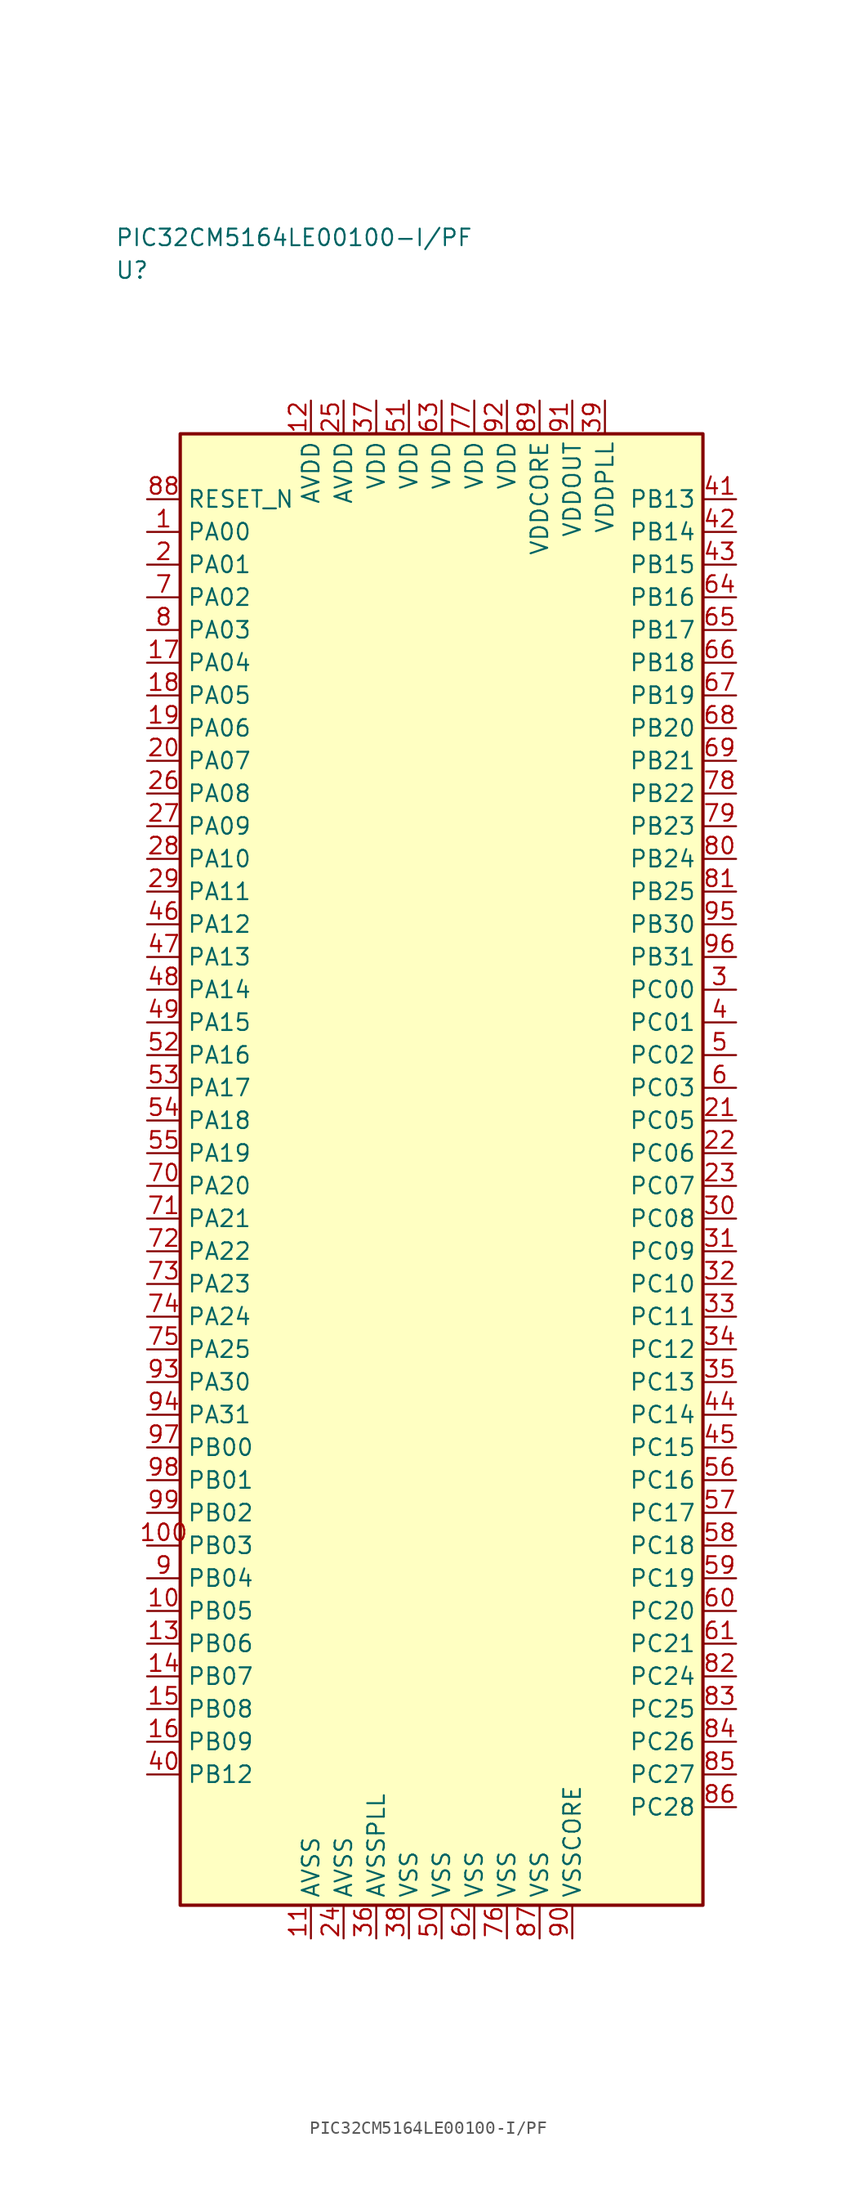
<source format=kicad_sym>
(kicad_symbol_lib
  (version 20241025)
  (generator "kicad_symbol_editor")
  (generator_version "8.0")
  (symbol "PIC32CM5164LE00100-I/PF"
    (property "Reference" "U"
      (at -25.0 68.75 0)
      (effects (font (size 1.27 1.27)) (justify left)))
    (property "Value" "PIC32CM5164LE00100-I/PF"
      (at -25.0 71.25 0)
      (effects (font (size 1.27 1.27)) (justify left)))
    (symbol "PIC32CM5164LE00100-I/PF_0_1"
      (rectangle (start -20.0 56.25) (end 20.0 -56.25) (stroke (width 0.254) (type default)) (fill (type background))))
    (symbol "PIC32CM5164LE00100-I/PF_1_1"
      (pin bidirectional line (at -22.54 48.75 0.0) (length 2.54) (name "PA00" (effects (font (size 1.27 1.27)))) (number "1" (effects (font (size 1.27 1.27)))))
      (pin bidirectional line (at -22.54 46.25 0.0) (length 2.54) (name "PA01" (effects (font (size 1.27 1.27)))) (number "2" (effects (font (size 1.27 1.27)))))
      (pin bidirectional line (at 22.54 13.75 180.0) (length 2.54) (name "PC00" (effects (font (size 1.27 1.27)))) (number "3" (effects (font (size 1.27 1.27)))))
      (pin bidirectional line (at 22.54 11.25 180.0) (length 2.54) (name "PC01" (effects (font (size 1.27 1.27)))) (number "4" (effects (font (size 1.27 1.27)))))
      (pin bidirectional line (at 22.54 8.75 180.0) (length 2.54) (name "PC02" (effects (font (size 1.27 1.27)))) (number "5" (effects (font (size 1.27 1.27)))))
      (pin bidirectional line (at 22.54 6.25 180.0) (length 2.54) (name "PC03" (effects (font (size 1.27 1.27)))) (number "6" (effects (font (size 1.27 1.27)))))
      (pin bidirectional line (at -22.54 43.75 0.0) (length 2.54) (name "PA02" (effects (font (size 1.27 1.27)))) (number "7" (effects (font (size 1.27 1.27)))))
      (pin bidirectional line (at -22.54 41.25 0.0) (length 2.54) (name "PA03" (effects (font (size 1.27 1.27)))) (number "8" (effects (font (size 1.27 1.27)))))
      (pin bidirectional line (at -22.54 -31.25 0.0) (length 2.54) (name "PB04" (effects (font (size 1.27 1.27)))) (number "9" (effects (font (size 1.27 1.27)))))
      (pin bidirectional line (at -22.54 -33.75 0.0) (length 2.54) (name "PB05" (effects (font (size 1.27 1.27)))) (number "10" (effects (font (size 1.27 1.27)))))
      (pin passive line (at -10.0 -58.79 90.0) (length 2.54) (name "AVSS" (effects (font (size 1.27 1.27)))) (number "11" (effects (font (size 1.27 1.27)))))
      (pin power_in line (at -10.0 58.79 270.0) (length 2.54) (name "AVDD" (effects (font (size 1.27 1.27)))) (number "12" (effects (font (size 1.27 1.27)))))
      (pin bidirectional line (at -22.54 -36.25 0.0) (length 2.54) (name "PB06" (effects (font (size 1.27 1.27)))) (number "13" (effects (font (size 1.27 1.27)))))
      (pin bidirectional line (at -22.54 -38.75 0.0) (length 2.54) (name "PB07" (effects (font (size 1.27 1.27)))) (number "14" (effects (font (size 1.27 1.27)))))
      (pin bidirectional line (at -22.54 -41.25 0.0) (length 2.54) (name "PB08" (effects (font (size 1.27 1.27)))) (number "15" (effects (font (size 1.27 1.27)))))
      (pin bidirectional line (at -22.54 -43.75 0.0) (length 2.54) (name "PB09" (effects (font (size 1.27 1.27)))) (number "16" (effects (font (size 1.27 1.27)))))
      (pin bidirectional line (at -22.54 38.75 0.0) (length 2.54) (name "PA04" (effects (font (size 1.27 1.27)))) (number "17" (effects (font (size 1.27 1.27)))))
      (pin bidirectional line (at -22.54 36.25 0.0) (length 2.54) (name "PA05" (effects (font (size 1.27 1.27)))) (number "18" (effects (font (size 1.27 1.27)))))
      (pin bidirectional line (at -22.54 33.75 0.0) (length 2.54) (name "PA06" (effects (font (size 1.27 1.27)))) (number "19" (effects (font (size 1.27 1.27)))))
      (pin bidirectional line (at -22.54 31.25 0.0) (length 2.54) (name "PA07" (effects (font (size 1.27 1.27)))) (number "20" (effects (font (size 1.27 1.27)))))
      (pin bidirectional line (at 22.54 3.75 180.0) (length 2.54) (name "PC05" (effects (font (size 1.27 1.27)))) (number "21" (effects (font (size 1.27 1.27)))))
      (pin bidirectional line (at 22.54 1.25 180.0) (length 2.54) (name "PC06" (effects (font (size 1.27 1.27)))) (number "22" (effects (font (size 1.27 1.27)))))
      (pin bidirectional line (at 22.54 -1.25 180.0) (length 2.54) (name "PC07" (effects (font (size 1.27 1.27)))) (number "23" (effects (font (size 1.27 1.27)))))
      (pin passive line (at -7.5 -58.79 90.0) (length 2.54) (name "AVSS" (effects (font (size 1.27 1.27)))) (number "24" (effects (font (size 1.27 1.27)))))
      (pin power_in line (at -7.5 58.79 270.0) (length 2.54) (name "AVDD" (effects (font (size 1.27 1.27)))) (number "25" (effects (font (size 1.27 1.27)))))
      (pin bidirectional line (at -22.54 28.75 0.0) (length 2.54) (name "PA08" (effects (font (size 1.27 1.27)))) (number "26" (effects (font (size 1.27 1.27)))))
      (pin bidirectional line (at -22.54 26.25 0.0) (length 2.54) (name "PA09" (effects (font (size 1.27 1.27)))) (number "27" (effects (font (size 1.27 1.27)))))
      (pin bidirectional line (at -22.54 23.75 0.0) (length 2.54) (name "PA10" (effects (font (size 1.27 1.27)))) (number "28" (effects (font (size 1.27 1.27)))))
      (pin bidirectional line (at -22.54 21.25 0.0) (length 2.54) (name "PA11" (effects (font (size 1.27 1.27)))) (number "29" (effects (font (size 1.27 1.27)))))
      (pin bidirectional line (at 22.54 -3.75 180.0) (length 2.54) (name "PC08" (effects (font (size 1.27 1.27)))) (number "30" (effects (font (size 1.27 1.27)))))
      (pin bidirectional line (at 22.54 -6.25 180.0) (length 2.54) (name "PC09" (effects (font (size 1.27 1.27)))) (number "31" (effects (font (size 1.27 1.27)))))
      (pin bidirectional line (at 22.54 -8.75 180.0) (length 2.54) (name "PC10" (effects (font (size 1.27 1.27)))) (number "32" (effects (font (size 1.27 1.27)))))
      (pin bidirectional line (at 22.54 -11.25 180.0) (length 2.54) (name "PC11" (effects (font (size 1.27 1.27)))) (number "33" (effects (font (size 1.27 1.27)))))
      (pin bidirectional line (at 22.54 -13.75 180.0) (length 2.54) (name "PC12" (effects (font (size 1.27 1.27)))) (number "34" (effects (font (size 1.27 1.27)))))
      (pin bidirectional line (at 22.54 -16.25 180.0) (length 2.54) (name "PC13" (effects (font (size 1.27 1.27)))) (number "35" (effects (font (size 1.27 1.27)))))
      (pin passive line (at -5.0 -58.79 90.0) (length 2.54) (name "AVSSPLL" (effects (font (size 1.27 1.27)))) (number "36" (effects (font (size 1.27 1.27)))))
      (pin power_in line (at -5.0 58.79 270.0) (length 2.54) (name "VDD" (effects (font (size 1.27 1.27)))) (number "37" (effects (font (size 1.27 1.27)))))
      (pin passive line (at -2.5 -58.79 90.0) (length 2.54) (name "VSS" (effects (font (size 1.27 1.27)))) (number "38" (effects (font (size 1.27 1.27)))))
      (pin power_in line (at 12.5 58.79 270.0) (length 2.54) (name "VDDPLL" (effects (font (size 1.27 1.27)))) (number "39" (effects (font (size 1.27 1.27)))))
      (pin bidirectional line (at -22.54 -46.25 0.0) (length 2.54) (name "PB12" (effects (font (size 1.27 1.27)))) (number "40" (effects (font (size 1.27 1.27)))))
      (pin bidirectional line (at 22.54 51.25 180.0) (length 2.54) (name "PB13" (effects (font (size 1.27 1.27)))) (number "41" (effects (font (size 1.27 1.27)))))
      (pin bidirectional line (at 22.54 48.75 180.0) (length 2.54) (name "PB14" (effects (font (size 1.27 1.27)))) (number "42" (effects (font (size 1.27 1.27)))))
      (pin bidirectional line (at 22.54 46.25 180.0) (length 2.54) (name "PB15" (effects (font (size 1.27 1.27)))) (number "43" (effects (font (size 1.27 1.27)))))
      (pin bidirectional line (at 22.54 -18.75 180.0) (length 2.54) (name "PC14" (effects (font (size 1.27 1.27)))) (number "44" (effects (font (size 1.27 1.27)))))
      (pin bidirectional line (at 22.54 -21.25 180.0) (length 2.54) (name "PC15" (effects (font (size 1.27 1.27)))) (number "45" (effects (font (size 1.27 1.27)))))
      (pin bidirectional line (at -22.54 18.75 0.0) (length 2.54) (name "PA12" (effects (font (size 1.27 1.27)))) (number "46" (effects (font (size 1.27 1.27)))))
      (pin bidirectional line (at -22.54 16.25 0.0) (length 2.54) (name "PA13" (effects (font (size 1.27 1.27)))) (number "47" (effects (font (size 1.27 1.27)))))
      (pin bidirectional line (at -22.54 13.75 0.0) (length 2.54) (name "PA14" (effects (font (size 1.27 1.27)))) (number "48" (effects (font (size 1.27 1.27)))))
      (pin bidirectional line (at -22.54 11.25 0.0) (length 2.54) (name "PA15" (effects (font (size 1.27 1.27)))) (number "49" (effects (font (size 1.27 1.27)))))
      (pin passive line (at 0.0 -58.79 90.0) (length 2.54) (name "VSS" (effects (font (size 1.27 1.27)))) (number "50" (effects (font (size 1.27 1.27)))))
      (pin power_in line (at -2.5 58.79 270.0) (length 2.54) (name "VDD" (effects (font (size 1.27 1.27)))) (number "51" (effects (font (size 1.27 1.27)))))
      (pin bidirectional line (at -22.54 8.75 0.0) (length 2.54) (name "PA16" (effects (font (size 1.27 1.27)))) (number "52" (effects (font (size 1.27 1.27)))))
      (pin bidirectional line (at -22.54 6.25 0.0) (length 2.54) (name "PA17" (effects (font (size 1.27 1.27)))) (number "53" (effects (font (size 1.27 1.27)))))
      (pin bidirectional line (at -22.54 3.75 0.0) (length 2.54) (name "PA18" (effects (font (size 1.27 1.27)))) (number "54" (effects (font (size 1.27 1.27)))))
      (pin bidirectional line (at -22.54 1.25 0.0) (length 2.54) (name "PA19" (effects (font (size 1.27 1.27)))) (number "55" (effects (font (size 1.27 1.27)))))
      (pin bidirectional line (at 22.54 -23.75 180.0) (length 2.54) (name "PC16" (effects (font (size 1.27 1.27)))) (number "56" (effects (font (size 1.27 1.27)))))
      (pin bidirectional line (at 22.54 -26.25 180.0) (length 2.54) (name "PC17" (effects (font (size 1.27 1.27)))) (number "57" (effects (font (size 1.27 1.27)))))
      (pin bidirectional line (at 22.54 -28.75 180.0) (length 2.54) (name "PC18" (effects (font (size 1.27 1.27)))) (number "58" (effects (font (size 1.27 1.27)))))
      (pin bidirectional line (at 22.54 -31.25 180.0) (length 2.54) (name "PC19" (effects (font (size 1.27 1.27)))) (number "59" (effects (font (size 1.27 1.27)))))
      (pin bidirectional line (at 22.54 -33.75 180.0) (length 2.54) (name "PC20" (effects (font (size 1.27 1.27)))) (number "60" (effects (font (size 1.27 1.27)))))
      (pin bidirectional line (at 22.54 -36.25 180.0) (length 2.54) (name "PC21" (effects (font (size 1.27 1.27)))) (number "61" (effects (font (size 1.27 1.27)))))
      (pin passive line (at 2.5 -58.79 90.0) (length 2.54) (name "VSS" (effects (font (size 1.27 1.27)))) (number "62" (effects (font (size 1.27 1.27)))))
      (pin power_in line (at 0.0 58.79 270.0) (length 2.54) (name "VDD" (effects (font (size 1.27 1.27)))) (number "63" (effects (font (size 1.27 1.27)))))
      (pin bidirectional line (at 22.54 43.75 180.0) (length 2.54) (name "PB16" (effects (font (size 1.27 1.27)))) (number "64" (effects (font (size 1.27 1.27)))))
      (pin bidirectional line (at 22.54 41.25 180.0) (length 2.54) (name "PB17" (effects (font (size 1.27 1.27)))) (number "65" (effects (font (size 1.27 1.27)))))
      (pin bidirectional line (at 22.54 38.75 180.0) (length 2.54) (name "PB18" (effects (font (size 1.27 1.27)))) (number "66" (effects (font (size 1.27 1.27)))))
      (pin bidirectional line (at 22.54 36.25 180.0) (length 2.54) (name "PB19" (effects (font (size 1.27 1.27)))) (number "67" (effects (font (size 1.27 1.27)))))
      (pin bidirectional line (at 22.54 33.75 180.0) (length 2.54) (name "PB20" (effects (font (size 1.27 1.27)))) (number "68" (effects (font (size 1.27 1.27)))))
      (pin bidirectional line (at 22.54 31.25 180.0) (length 2.54) (name "PB21" (effects (font (size 1.27 1.27)))) (number "69" (effects (font (size 1.27 1.27)))))
      (pin bidirectional line (at -22.54 -1.25 0.0) (length 2.54) (name "PA20" (effects (font (size 1.27 1.27)))) (number "70" (effects (font (size 1.27 1.27)))))
      (pin bidirectional line (at -22.54 -3.75 0.0) (length 2.54) (name "PA21" (effects (font (size 1.27 1.27)))) (number "71" (effects (font (size 1.27 1.27)))))
      (pin bidirectional line (at -22.54 -6.25 0.0) (length 2.54) (name "PA22" (effects (font (size 1.27 1.27)))) (number "72" (effects (font (size 1.27 1.27)))))
      (pin bidirectional line (at -22.54 -8.75 0.0) (length 2.54) (name "PA23" (effects (font (size 1.27 1.27)))) (number "73" (effects (font (size 1.27 1.27)))))
      (pin bidirectional line (at -22.54 -11.25 0.0) (length 2.54) (name "PA24" (effects (font (size 1.27 1.27)))) (number "74" (effects (font (size 1.27 1.27)))))
      (pin bidirectional line (at -22.54 -13.75 0.0) (length 2.54) (name "PA25" (effects (font (size 1.27 1.27)))) (number "75" (effects (font (size 1.27 1.27)))))
      (pin passive line (at 5.0 -58.79 90.0) (length 2.54) (name "VSS" (effects (font (size 1.27 1.27)))) (number "76" (effects (font (size 1.27 1.27)))))
      (pin power_in line (at 2.5 58.79 270.0) (length 2.54) (name "VDD" (effects (font (size 1.27 1.27)))) (number "77" (effects (font (size 1.27 1.27)))))
      (pin bidirectional line (at 22.54 28.75 180.0) (length 2.54) (name "PB22" (effects (font (size 1.27 1.27)))) (number "78" (effects (font (size 1.27 1.27)))))
      (pin bidirectional line (at 22.54 26.25 180.0) (length 2.54) (name "PB23" (effects (font (size 1.27 1.27)))) (number "79" (effects (font (size 1.27 1.27)))))
      (pin bidirectional line (at 22.54 23.75 180.0) (length 2.54) (name "PB24" (effects (font (size 1.27 1.27)))) (number "80" (effects (font (size 1.27 1.27)))))
      (pin bidirectional line (at 22.54 21.25 180.0) (length 2.54) (name "PB25" (effects (font (size 1.27 1.27)))) (number "81" (effects (font (size 1.27 1.27)))))
      (pin bidirectional line (at 22.54 -38.75 180.0) (length 2.54) (name "PC24" (effects (font (size 1.27 1.27)))) (number "82" (effects (font (size 1.27 1.27)))))
      (pin bidirectional line (at 22.54 -41.25 180.0) (length 2.54) (name "PC25" (effects (font (size 1.27 1.27)))) (number "83" (effects (font (size 1.27 1.27)))))
      (pin bidirectional line (at 22.54 -43.75 180.0) (length 2.54) (name "PC26" (effects (font (size 1.27 1.27)))) (number "84" (effects (font (size 1.27 1.27)))))
      (pin bidirectional line (at 22.54 -46.25 180.0) (length 2.54) (name "PC27" (effects (font (size 1.27 1.27)))) (number "85" (effects (font (size 1.27 1.27)))))
      (pin bidirectional line (at 22.54 -48.75 180.0) (length 2.54) (name "PC28" (effects (font (size 1.27 1.27)))) (number "86" (effects (font (size 1.27 1.27)))))
      (pin passive line (at 7.5 -58.79 90.0) (length 2.54) (name "VSS" (effects (font (size 1.27 1.27)))) (number "87" (effects (font (size 1.27 1.27)))))
      (pin input line (at -22.54 51.25 0.0) (length 2.54) (name "RESET_N" (effects (font (size 1.27 1.27)))) (number "88" (effects (font (size 1.27 1.27)))))
      (pin power_in line (at 7.5 58.79 270.0) (length 2.54) (name "VDDCORE" (effects (font (size 1.27 1.27)))) (number "89" (effects (font (size 1.27 1.27)))))
      (pin passive line (at 10.0 -58.79 90.0) (length 2.54) (name "VSSCORE" (effects (font (size 1.27 1.27)))) (number "90" (effects (font (size 1.27 1.27)))))
      (pin power_in line (at 10.0 58.79 270.0) (length 2.54) (name "VDDOUT" (effects (font (size 1.27 1.27)))) (number "91" (effects (font (size 1.27 1.27)))))
      (pin power_in line (at 5.0 58.79 270.0) (length 2.54) (name "VDD" (effects (font (size 1.27 1.27)))) (number "92" (effects (font (size 1.27 1.27)))))
      (pin bidirectional line (at -22.54 -16.25 0.0) (length 2.54) (name "PA30" (effects (font (size 1.27 1.27)))) (number "93" (effects (font (size 1.27 1.27)))))
      (pin bidirectional line (at -22.54 -18.75 0.0) (length 2.54) (name "PA31" (effects (font (size 1.27 1.27)))) (number "94" (effects (font (size 1.27 1.27)))))
      (pin bidirectional line (at 22.54 18.75 180.0) (length 2.54) (name "PB30" (effects (font (size 1.27 1.27)))) (number "95" (effects (font (size 1.27 1.27)))))
      (pin bidirectional line (at 22.54 16.25 180.0) (length 2.54) (name "PB31" (effects (font (size 1.27 1.27)))) (number "96" (effects (font (size 1.27 1.27)))))
      (pin bidirectional line (at -22.54 -21.25 0.0) (length 2.54) (name "PB00" (effects (font (size 1.27 1.27)))) (number "97" (effects (font (size 1.27 1.27)))))
      (pin bidirectional line (at -22.54 -23.75 0.0) (length 2.54) (name "PB01" (effects (font (size 1.27 1.27)))) (number "98" (effects (font (size 1.27 1.27)))))
      (pin bidirectional line (at -22.54 -26.25 0.0) (length 2.54) (name "PB02" (effects (font (size 1.27 1.27)))) (number "99" (effects (font (size 1.27 1.27)))))
      (pin bidirectional line (at -22.54 -28.75 0.0) (length 2.54) (name "PB03" (effects (font (size 1.27 1.27)))) (number "100" (effects (font (size 1.27 1.27))))))))
</source>
